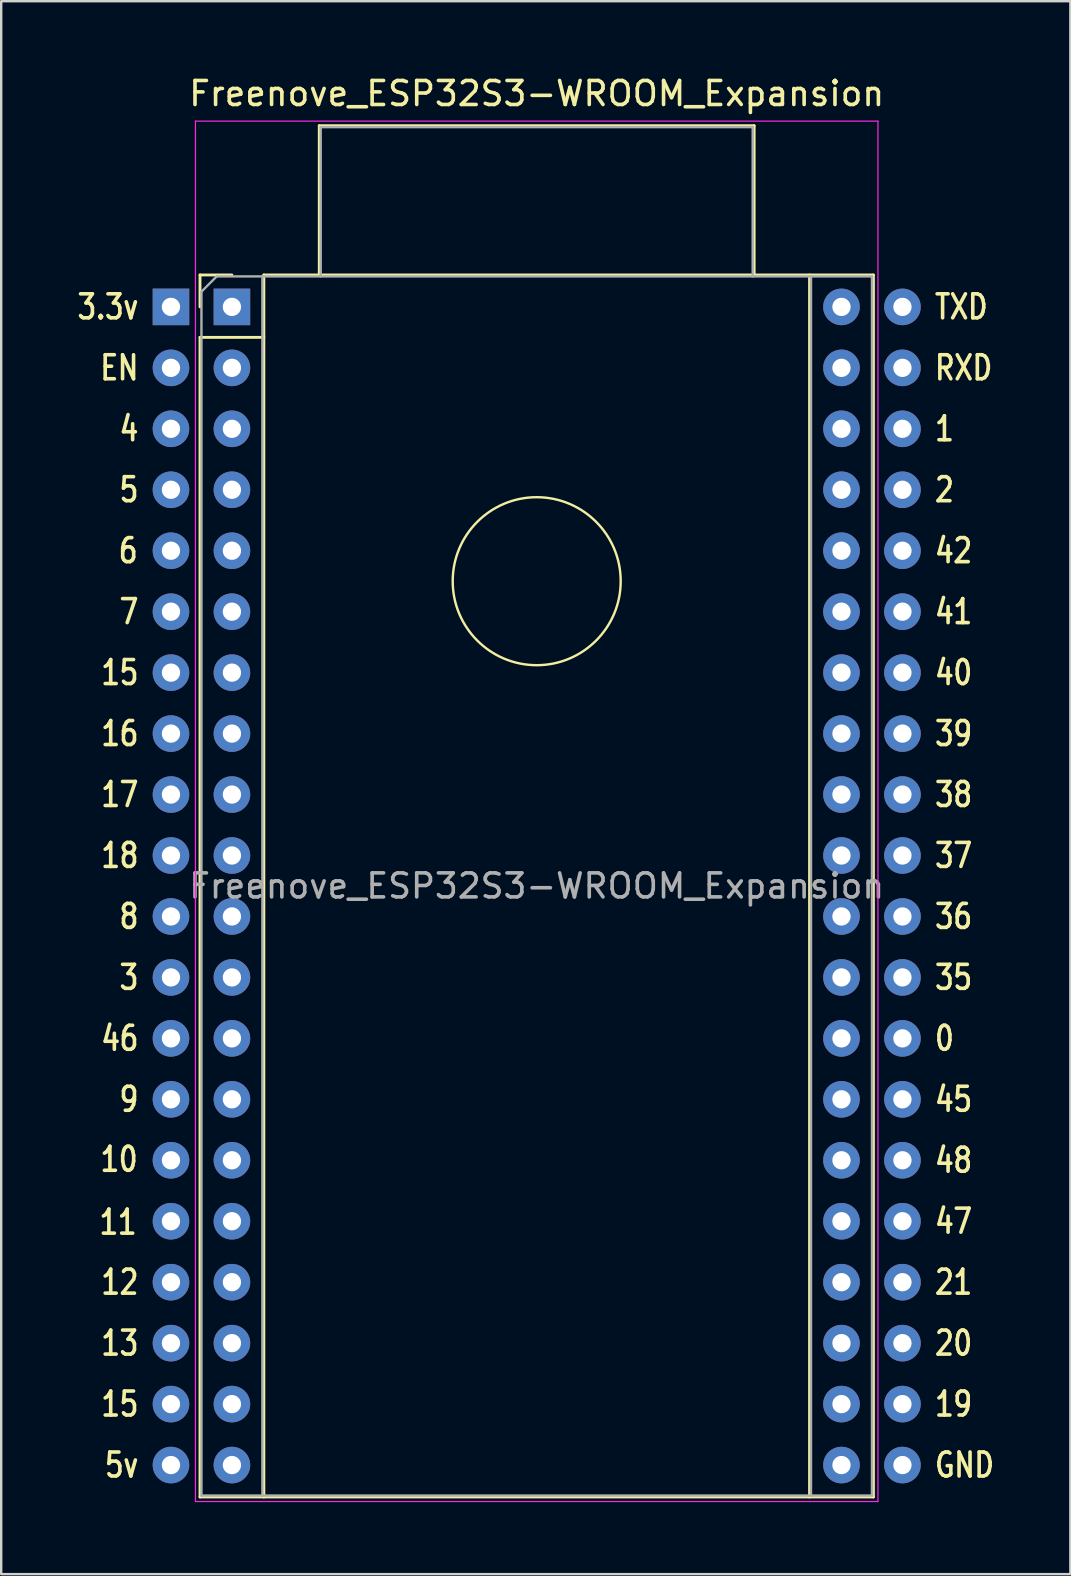
<source format=kicad_pcb>
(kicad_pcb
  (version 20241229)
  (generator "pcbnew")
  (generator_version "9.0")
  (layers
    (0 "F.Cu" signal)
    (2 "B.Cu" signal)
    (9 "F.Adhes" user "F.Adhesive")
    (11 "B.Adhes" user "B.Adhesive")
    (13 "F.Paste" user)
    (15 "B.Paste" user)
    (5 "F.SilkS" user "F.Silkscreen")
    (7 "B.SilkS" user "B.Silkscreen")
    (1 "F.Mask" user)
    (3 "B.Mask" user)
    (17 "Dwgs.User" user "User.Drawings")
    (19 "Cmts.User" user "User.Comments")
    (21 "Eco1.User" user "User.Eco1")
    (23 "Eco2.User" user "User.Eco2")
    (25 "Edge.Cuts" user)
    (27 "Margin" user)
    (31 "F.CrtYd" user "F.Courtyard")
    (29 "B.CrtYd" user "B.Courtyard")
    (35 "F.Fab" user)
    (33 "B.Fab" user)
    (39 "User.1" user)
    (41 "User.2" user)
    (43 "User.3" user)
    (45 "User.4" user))
  (footprint "Freenove_ESP32S3-WROOM_Expansion"
    (layer "F.Cu")
    (at 6.614 9.738)
    (property "Reference" "Freenove_ESP32S3-WROOM_Expansion" (at 12.7 -8.89 0) (layer "F.SilkS") (effects (font (size 1 1) (thickness 0.15))))
    (attr through_hole)
    (fp_line (start -1.33 -1.33) (end -1.33 0) (stroke (width 0.12) (type solid)) (layer "F.SilkS"))
    (fp_line (start -1.33 1.27) (end 1.33 1.27) (stroke (width 0.12) (type solid)) (layer "F.SilkS"))
    (fp_line (start -1.33 49.59) (end -1.33 1.27) (stroke (width 0.12) (type solid)) (layer "F.SilkS"))
    (fp_line (start 0 -1.33) (end -1.33 -1.33) (stroke (width 0.12) (type solid)) (layer "F.SilkS"))
    (fp_line (start 1.33 -1.33) (end 1.33 49.59) (stroke (width 0.12) (type solid)) (layer "F.SilkS"))
    (fp_line (start 1.33 -1.33) (end 26.73 -1.33) (stroke (width 0.12) (type solid)) (layer "F.SilkS"))
    (fp_line (start 3.64 -7.55) (end 3.64 -1.33) (stroke (width 0.12) (type solid)) (layer "F.SilkS"))
    (fp_line (start 3.64 -7.55) (end 21.76 -7.55) (stroke (width 0.12) (type solid)) (layer "F.SilkS"))
    (fp_line (start 21.76 -7.55) (end 21.76 -1.33) (stroke (width 0.12) (type solid)) (layer "F.SilkS"))
    (fp_line (start 24.07 49.59) (end 24.07 -1.33) (stroke (width 0.12) (type solid)) (layer "F.SilkS"))
    (fp_line (start 26.73 -1.33) (end 26.73 49.59) (stroke (width 0.12) (type solid)) (layer "F.SilkS"))
    (fp_line (start 26.73 49.59) (end -1.33 49.59) (stroke (width 0.12) (type solid)) (layer "F.SilkS"))
    (fp_circle (center 12.7 11.43) (end 16.2 11.43) (stroke (width 0.1) (type default)) (fill no) (layer "F.SilkS"))
    (fp_line (start -1.52 -7.74) (end 26.92 -7.74) (stroke (width 0.05) (type solid)) (layer "F.CrtYd"))
    (fp_line (start -1.52 49.78) (end -1.52 -7.74) (stroke (width 0.05) (type solid)) (layer "F.CrtYd"))
    (fp_line (start 26.92 -7.74) (end 26.92 49.78) (stroke (width 0.05) (type solid)) (layer "F.CrtYd"))
    (fp_line (start 26.92 49.78) (end -1.52 49.78) (stroke (width 0.05) (type solid)) (layer "F.CrtYd"))
    (fp_line (start -1.27 -0.635) (end -0.635 -1.27) (stroke (width 0.1) (type solid)) (layer "F.Fab"))
    (fp_line (start -1.27 49.53) (end -1.27 -0.635) (stroke (width 0.1) (type solid)) (layer "F.Fab"))
    (fp_line (start -0.635 -1.27) (end 26.67 -1.27) (stroke (width 0.1) (type solid)) (layer "F.Fab"))
    (fp_line (start 1.27 -1.27) (end 1.27 49.53) (stroke (width 0.1) (type solid)) (layer "F.Fab"))
    (fp_line (start 3.7 -7.49) (end 21.7 -7.49) (stroke (width 0.1) (type solid)) (layer "F.Fab"))
    (fp_line (start 3.7 -1.27) (end 3.7 -7.49) (stroke (width 0.1) (type solid)) (layer "F.Fab"))
    (fp_line (start 21.7 -7.49) (end 21.7 -1.27) (stroke (width 0.1) (type solid)) (layer "F.Fab"))
    (fp_line (start 24.13 -1.27) (end 24.13 49.53) (stroke (width 0.1) (type solid)) (layer "F.Fab"))
    (fp_line (start 26.67 -1.27) (end 26.67 49.53) (stroke (width 0.1) (type solid)) (layer "F.Fab"))
    (fp_line (start 26.67 49.53) (end -1.27 49.53) (stroke (width 0.1) (type solid)) (layer "F.Fab"))
    (fp_text user "0" (at 29.21 30.48 0) (unlocked yes) (layer "F.SilkS") (effects (font (size 1 0.8) (thickness 0.15)) (justify left)))
    (fp_text user "20" (at 29.21 43.18 0) (unlocked yes) (layer "F.SilkS") (effects (font (size 1 0.8) (thickness 0.15)) (justify left)))
    (fp_text user "2" (at 29.21 7.62 0) (unlocked yes) (layer "F.SilkS") (effects (font (size 1 0.8) (thickness 0.15)) (justify left)))
    (fp_text user "6" (at -3.843 10.16 0) (unlocked yes) (layer "F.SilkS") (effects (font (size 1 0.8) (thickness 0.15)) (justify right)))
    (fp_text user "36" (at 29.21 25.4 0) (unlocked yes) (layer "F.SilkS") (effects (font (size 1 0.8) (thickness 0.15)) (justify left)))
    (fp_text user "17" (at -3.81 20.32 0) (unlocked yes) (layer "F.SilkS") (effects (font (size 1 0.8) (thickness 0.15)) (justify right)))
    (fp_text user "47" (at 29.21 38.1 0) (unlocked yes) (layer "F.SilkS") (effects (font (size 1 0.8) (thickness 0.15)) (justify left)))
    (fp_text user "39" (at 29.21 17.78 0) (unlocked yes) (layer "F.SilkS") (effects (font (size 1 0.8) (thickness 0.15)) (justify left)))
    (fp_text user "GND" (at 29.21 48.26 0) (unlocked yes) (layer "F.SilkS") (effects (font (size 1 0.8) (thickness 0.15)) (justify left)))
    (fp_text user "11" (at -3.885 38.14 0) (unlocked yes) (layer "F.SilkS") (effects (font (size 1 0.8) (thickness 0.15)) (justify right)))
    (fp_text user "7" (at -3.81 12.7 0) (unlocked yes) (layer "F.SilkS") (effects (font (size 1 0.8) (thickness 0.15)) (justify right)))
    (fp_text user "45" (at 29.21 33.02 0) (unlocked yes) (layer "F.SilkS") (effects (font (size 1 0.8) (thickness 0.15)) (justify left)))
    (fp_text user "15" (at -3.81 15.24 0) (unlocked yes) (layer "F.SilkS") (effects (font (size 1 0.8) (thickness 0.15)) (justify right)))
    (fp_text user "1" (at 29.21 5.08 0) (unlocked yes) (layer "F.SilkS") (effects (font (size 1 0.8) (thickness 0.15)) (justify left)))
    (fp_text user "18" (at -3.81 22.86 0) (unlocked yes) (layer "F.SilkS") (effects (font (size 1 0.8) (thickness 0.15)) (justify right)))
    (fp_text user "42" (at 29.21 10.16 0) (unlocked yes) (layer "F.SilkS") (effects (font (size 1 0.8) (thickness 0.15)) (justify left)))
    (fp_text user "13" (at -3.81 43.18 0) (unlocked yes) (layer "F.SilkS") (effects (font (size 1 0.8) (thickness 0.15)) (justify right)))
    (fp_text user "38" (at 29.21 20.32 0) (unlocked yes) (layer "F.SilkS") (effects (font (size 1 0.8) (thickness 0.15)) (justify left)))
    (fp_text user "9" (at -3.81 33.02 0) (unlocked yes) (layer "F.SilkS") (effects (font (size 1 0.8) (thickness 0.15)) (justify right)))
    (fp_text user "10" (at -3.843 35.521 0) (unlocked yes) (layer "F.SilkS") (effects (font (size 1 0.8) (thickness 0.15)) (justify right)))
    (fp_text user "35" (at 29.21 27.94 0) (unlocked yes) (layer "F.SilkS") (effects (font (size 1 0.8) (thickness 0.15)) (justify left)))
    (fp_text user "12" (at -3.81 40.64 0) (unlocked yes) (layer "F.SilkS") (effects (font (size 1 0.8) (thickness 0.15)) (justify right)))
    (fp_text user "48" (at 29.21 35.56 0) (unlocked yes) (layer "F.SilkS") (effects (font (size 1 0.8) (thickness 0.15)) (justify left)))
    (fp_text user "3.3v" (at -3.81 0 0) (unlocked yes) (layer "F.SilkS") (effects (font (size 1 0.8) (thickness 0.15)) (justify right)))
    (fp_text user "8" (at -3.81 25.4 0) (unlocked yes) (layer "F.SilkS") (effects (font (size 1 0.8) (thickness 0.15)) (justify right)))
    (fp_text user "TXD" (at 29.21 0 0) (unlocked yes) (layer "F.SilkS") (effects (font (size 1 0.8) (thickness 0.15)) (justify left)))
    (fp_text user "16" (at -3.81 17.78 0) (unlocked yes) (layer "F.SilkS") (effects (font (size 1 0.8) (thickness 0.15)) (justify right)))
    (fp_text user "40" (at 29.21 15.24 0) (unlocked yes) (layer "F.SilkS") (effects (font (size 1 0.8) (thickness 0.15)) (justify left)))
    (fp_text user "41" (at 29.21 12.7 0) (unlocked yes) (layer "F.SilkS") (effects (font (size 1 0.8) (thickness 0.15)) (justify left)))
    (fp_text user "EN" (at -3.81 2.54 0) (unlocked yes) (layer "F.SilkS") (effects (font (size 1 0.8) (thickness 0.15)) (justify right)))
    (fp_text user "RXD" (at 29.21 2.54 0) (unlocked yes) (layer "F.SilkS") (effects (font (size 1 0.8) (thickness 0.15)) (justify left)))
    (fp_text user "4" (at -3.81 5.08 0) (unlocked yes) (layer "F.SilkS") (effects (font (size 1 0.8) (thickness 0.15)) (justify right)))
    (fp_text user "5" (at -3.81 7.62 0) (unlocked yes) (layer "F.SilkS") (effects (font (size 1 0.8) (thickness 0.15)) (justify right)))
    (fp_text user "46" (at -3.81 30.48 0) (unlocked yes) (layer "F.SilkS") (effects (font (size 1 0.8) (thickness 0.15)) (justify right)))
    (fp_text user "21" (at 29.21 40.64 0) (unlocked yes) (layer "F.SilkS") (effects (font (size 1 0.8) (thickness 0.15)) (justify left)))
    (fp_text user "19" (at 29.21 45.72 0) (unlocked yes) (layer "F.SilkS") (effects (font (size 1 0.8) (thickness 0.15)) (justify left)))
    (fp_text user "37" (at 29.21 22.86 0) (unlocked yes) (layer "F.SilkS") (effects (font (size 1 0.8) (thickness 0.15)) (justify left)))
    (fp_text user "15" (at -3.81 45.72 0) (unlocked yes) (layer "F.SilkS") (effects (font (size 1 0.8) (thickness 0.15)) (justify right)))
    (fp_text user "5v" (at -3.81 48.26 0) (unlocked yes) (layer "F.SilkS") (effects (font (size 1 0.8) (thickness 0.15)) (justify right)))
    (fp_text user "3" (at -3.81 27.94 0) (unlocked yes) (layer "F.SilkS") (effects (font (size 1 0.8) (thickness 0.15)) (justify right)))
    (fp_text user "${REFERENCE}" (at 12.7 24.13 0) (layer "F.Fab") (effects (font (size 1 1) (thickness 0.15))))
    (pad "1" thru_hole rect (at -2.54 0) (size 1.524 1.524) (drill 0.762) (layers "*.Cu" "*.Mask"))
    (pad "1" thru_hole rect (at 0 0) (size 1.524 1.524) (drill 0.762) (layers "*.Cu" "*.Mask"))
    (pad "2" thru_hole circle (at -2.54 2.54) (size 1.524 1.524) (drill 0.762) (layers "*.Cu" "*.Mask"))
    (pad "2" thru_hole circle (at 0 2.54) (size 1.524 1.524) (drill 0.762) (layers "*.Cu" "*.Mask"))
    (pad "3" thru_hole circle (at -2.54 5.08) (size 1.524 1.524) (drill 0.762) (layers "*.Cu" "*.Mask"))
    (pad "3" thru_hole circle (at 0 5.08) (size 1.524 1.524) (drill 0.762) (layers "*.Cu" "*.Mask"))
    (pad "4" thru_hole circle (at -2.54 7.62) (size 1.524 1.524) (drill 0.762) (layers "*.Cu" "*.Mask"))
    (pad "4" thru_hole circle (at 0 7.62) (size 1.524 1.524) (drill 0.762) (layers "*.Cu" "*.Mask"))
    (pad "5" thru_hole circle (at -2.54 10.16) (size 1.524 1.524) (drill 0.762) (layers "*.Cu" "*.Mask"))
    (pad "5" thru_hole circle (at 0 10.16) (size 1.524 1.524) (drill 0.762) (layers "*.Cu" "*.Mask"))
    (pad "6" thru_hole circle (at -2.54 12.7) (size 1.524 1.524) (drill 0.762) (layers "*.Cu" "*.Mask"))
    (pad "6" thru_hole circle (at 0 12.7) (size 1.524 1.524) (drill 0.762) (layers "*.Cu" "*.Mask"))
    (pad "7" thru_hole circle (at -2.54 15.24) (size 1.524 1.524) (drill 0.762) (layers "*.Cu" "*.Mask"))
    (pad "7" thru_hole circle (at 0 15.24) (size 1.524 1.524) (drill 0.762) (layers "*.Cu" "*.Mask"))
    (pad "8" thru_hole circle (at -2.54 17.78) (size 1.524 1.524) (drill 0.762) (layers "*.Cu" "*.Mask"))
    (pad "8" thru_hole circle (at 0 17.78) (size 1.524 1.524) (drill 0.762) (layers "*.Cu" "*.Mask"))
    (pad "9" thru_hole circle (at -2.54 20.32) (size 1.524 1.524) (drill 0.762) (layers "*.Cu" "*.Mask"))
    (pad "9" thru_hole circle (at 0 20.32) (size 1.524 1.524) (drill 0.762) (layers "*.Cu" "*.Mask"))
    (pad "10" thru_hole circle (at -2.54 22.86) (size 1.524 1.524) (drill 0.762) (layers "*.Cu" "*.Mask"))
    (pad "10" thru_hole circle (at 0 22.86) (size 1.524 1.524) (drill 0.762) (layers "*.Cu" "*.Mask"))
    (pad "11" thru_hole circle (at -2.54 25.4) (size 1.524 1.524) (drill 0.762) (layers "*.Cu" "*.Mask"))
    (pad "11" thru_hole circle (at 0 25.4) (size 1.524 1.524) (drill 0.762) (layers "*.Cu" "*.Mask"))
    (pad "12" thru_hole circle (at -2.54 27.94) (size 1.524 1.524) (drill 0.762) (layers "*.Cu" "*.Mask"))
    (pad "12" thru_hole circle (at 0 27.94) (size 1.524 1.524) (drill 0.762) (layers "*.Cu" "*.Mask"))
    (pad "13" thru_hole circle (at -2.54 30.48) (size 1.524 1.524) (drill 0.762) (layers "*.Cu" "*.Mask"))
    (pad "13" thru_hole circle (at 0 30.48) (size 1.524 1.524) (drill 0.762) (layers "*.Cu" "*.Mask"))
    (pad "14" thru_hole circle (at -2.54 33.02) (size 1.524 1.524) (drill 0.762) (layers "*.Cu" "*.Mask"))
    (pad "14" thru_hole circle (at 0 33.02) (size 1.524 1.524) (drill 0.762) (layers "*.Cu" "*.Mask"))
    (pad "15" thru_hole circle (at -2.54 35.56) (size 1.524 1.524) (drill 0.762) (layers "*.Cu" "*.Mask"))
    (pad "15" thru_hole circle (at 0 35.56) (size 1.524 1.524) (drill 0.762) (layers "*.Cu" "*.Mask"))
    (pad "16" thru_hole circle (at -2.54 38.1) (size 1.524 1.524) (drill 0.762) (layers "*.Cu" "*.Mask"))
    (pad "16" thru_hole circle (at 0 38.1) (size 1.524 1.524) (drill 0.762) (layers "*.Cu" "*.Mask"))
    (pad "17" thru_hole circle (at -2.54 40.64) (size 1.524 1.524) (drill 0.762) (layers "*.Cu" "*.Mask"))
    (pad "17" thru_hole circle (at 0 40.64) (size 1.524 1.524) (drill 0.762) (layers "*.Cu" "*.Mask"))
    (pad "18" thru_hole circle (at -2.54 43.18) (size 1.524 1.524) (drill 0.762) (layers "*.Cu" "*.Mask"))
    (pad "18" thru_hole circle (at 0 43.18) (size 1.524 1.524) (drill 0.762) (layers "*.Cu" "*.Mask"))
    (pad "19" thru_hole circle (at -2.54 45.72) (size 1.524 1.524) (drill 0.762) (layers "*.Cu" "*.Mask"))
    (pad "19" thru_hole circle (at 0 45.72) (size 1.524 1.524) (drill 0.762) (layers "*.Cu" "*.Mask"))
    (pad "20" thru_hole circle (at -2.54 48.26) (size 1.524 1.524) (drill 0.762) (layers "*.Cu" "*.Mask"))
    (pad "20" thru_hole circle (at 0 48.26) (size 1.524 1.524) (drill 0.762) (layers "*.Cu" "*.Mask"))
    (pad "21" thru_hole circle (at 25.4 48.26) (size 1.524 1.524) (drill 0.762) (layers "*.Cu" "*.Mask"))
    (pad "21" thru_hole circle (at 27.94 48.26) (size 1.524 1.524) (drill 0.762) (layers "*.Cu" "*.Mask"))
    (pad "22" thru_hole circle (at 25.4 45.72) (size 1.524 1.524) (drill 0.762) (layers "*.Cu" "*.Mask"))
    (pad "22" thru_hole circle (at 27.94 45.72) (size 1.524 1.524) (drill 0.762) (layers "*.Cu" "*.Mask"))
    (pad "23" thru_hole circle (at 25.4 43.18) (size 1.524 1.524) (drill 0.762) (layers "*.Cu" "*.Mask"))
    (pad "23" thru_hole circle (at 27.94 43.18) (size 1.524 1.524) (drill 0.762) (layers "*.Cu" "*.Mask"))
    (pad "24" thru_hole circle (at 25.4 40.64) (size 1.524 1.524) (drill 0.762) (layers "*.Cu" "*.Mask"))
    (pad "24" thru_hole circle (at 27.94 40.64) (size 1.524 1.524) (drill 0.762) (layers "*.Cu" "*.Mask"))
    (pad "25" thru_hole circle (at 25.4 38.1) (size 1.524 1.524) (drill 0.762) (layers "*.Cu" "*.Mask"))
    (pad "25" thru_hole circle (at 27.94 38.1) (size 1.524 1.524) (drill 0.762) (layers "*.Cu" "*.Mask"))
    (pad "26" thru_hole circle (at 25.4 35.56) (size 1.524 1.524) (drill 0.762) (layers "*.Cu" "*.Mask"))
    (pad "26" thru_hole circle (at 27.94 35.56) (size 1.524 1.524) (drill 0.762) (layers "*.Cu" "*.Mask"))
    (pad "27" thru_hole circle (at 25.4 33.02) (size 1.524 1.524) (drill 0.762) (layers "*.Cu" "*.Mask"))
    (pad "27" thru_hole circle (at 27.94 33.02) (size 1.524 1.524) (drill 0.762) (layers "*.Cu" "*.Mask"))
    (pad "28" thru_hole circle (at 25.4 30.48) (size 1.524 1.524) (drill 0.762) (layers "*.Cu" "*.Mask"))
    (pad "28" thru_hole circle (at 27.94 30.48) (size 1.524 1.524) (drill 0.762) (layers "*.Cu" "*.Mask"))
    (pad "29" thru_hole circle (at 25.4 27.94) (size 1.524 1.524) (drill 0.762) (layers "*.Cu" "*.Mask"))
    (pad "29" thru_hole circle (at 27.94 27.94) (size 1.524 1.524) (drill 0.762) (layers "*.Cu" "*.Mask"))
    (pad "30" thru_hole circle (at 25.4 25.4) (size 1.524 1.524) (drill 0.762) (layers "*.Cu" "*.Mask"))
    (pad "30" thru_hole circle (at 27.94 25.4) (size 1.524 1.524) (drill 0.762) (layers "*.Cu" "*.Mask"))
    (pad "31" thru_hole circle (at 25.4 22.86) (size 1.524 1.524) (drill 0.762) (layers "*.Cu" "*.Mask"))
    (pad "31" thru_hole circle (at 27.94 22.86) (size 1.524 1.524) (drill 0.762) (layers "*.Cu" "*.Mask"))
    (pad "32" thru_hole circle (at 25.4 20.32) (size 1.524 1.524) (drill 0.762) (layers "*.Cu" "*.Mask"))
    (pad "32" thru_hole circle (at 27.94 20.32) (size 1.524 1.524) (drill 0.762) (layers "*.Cu" "*.Mask"))
    (pad "33" thru_hole circle (at 25.4 17.78) (size 1.524 1.524) (drill 0.762) (layers "*.Cu" "*.Mask"))
    (pad "33" thru_hole circle (at 27.94 17.78) (size 1.524 1.524) (drill 0.762) (layers "*.Cu" "*.Mask"))
    (pad "34" thru_hole circle (at 25.4 15.24) (size 1.524 1.524) (drill 0.762) (layers "*.Cu" "*.Mask"))
    (pad "34" thru_hole circle (at 27.94 15.24) (size 1.524 1.524) (drill 0.762) (layers "*.Cu" "*.Mask"))
    (pad "35" thru_hole circle (at 25.4 12.7) (size 1.524 1.524) (drill 0.762) (layers "*.Cu" "*.Mask"))
    (pad "35" thru_hole circle (at 27.94 12.7) (size 1.524 1.524) (drill 0.762) (layers "*.Cu" "*.Mask"))
    (pad "36" thru_hole circle (at 25.4 10.16) (size 1.524 1.524) (drill 0.762) (layers "*.Cu" "*.Mask"))
    (pad "36" thru_hole circle (at 27.94 10.16) (size 1.524 1.524) (drill 0.762) (layers "*.Cu" "*.Mask"))
    (pad "37" thru_hole circle (at 25.4 7.62) (size 1.524 1.524) (drill 0.762) (layers "*.Cu" "*.Mask"))
    (pad "37" thru_hole circle (at 27.94 7.62) (size 1.524 1.524) (drill 0.762) (layers "*.Cu" "*.Mask"))
    (pad "38" thru_hole circle (at 25.4 5.08) (size 1.524 1.524) (drill 0.762) (layers "*.Cu" "*.Mask"))
    (pad "38" thru_hole circle (at 27.94 5.08) (size 1.524 1.524) (drill 0.762) (layers "*.Cu" "*.Mask"))
    (pad "39" thru_hole circle (at 25.4 2.54) (size 1.524 1.524) (drill 0.762) (layers "*.Cu" "*.Mask"))
    (pad "39" thru_hole circle (at 27.94 2.54) (size 1.524 1.524) (drill 0.762) (layers "*.Cu" "*.Mask"))
    (pad "40" thru_hole circle (at 25.4 0) (size 1.524 1.524) (drill 0.762) (layers "*.Cu" "*.Mask"))
    (pad "40" thru_hole circle (at 27.94 0) (size 1.524 1.524) (drill 0.762) (layers "*.Cu" "*.Mask")))
  (gr_rect
    (start -3 -3)
    (end 41.552 62.543)
    (stroke (width 0.1) (type default))
    (fill no)
    (layer "Edge.Cuts")))
</source>
